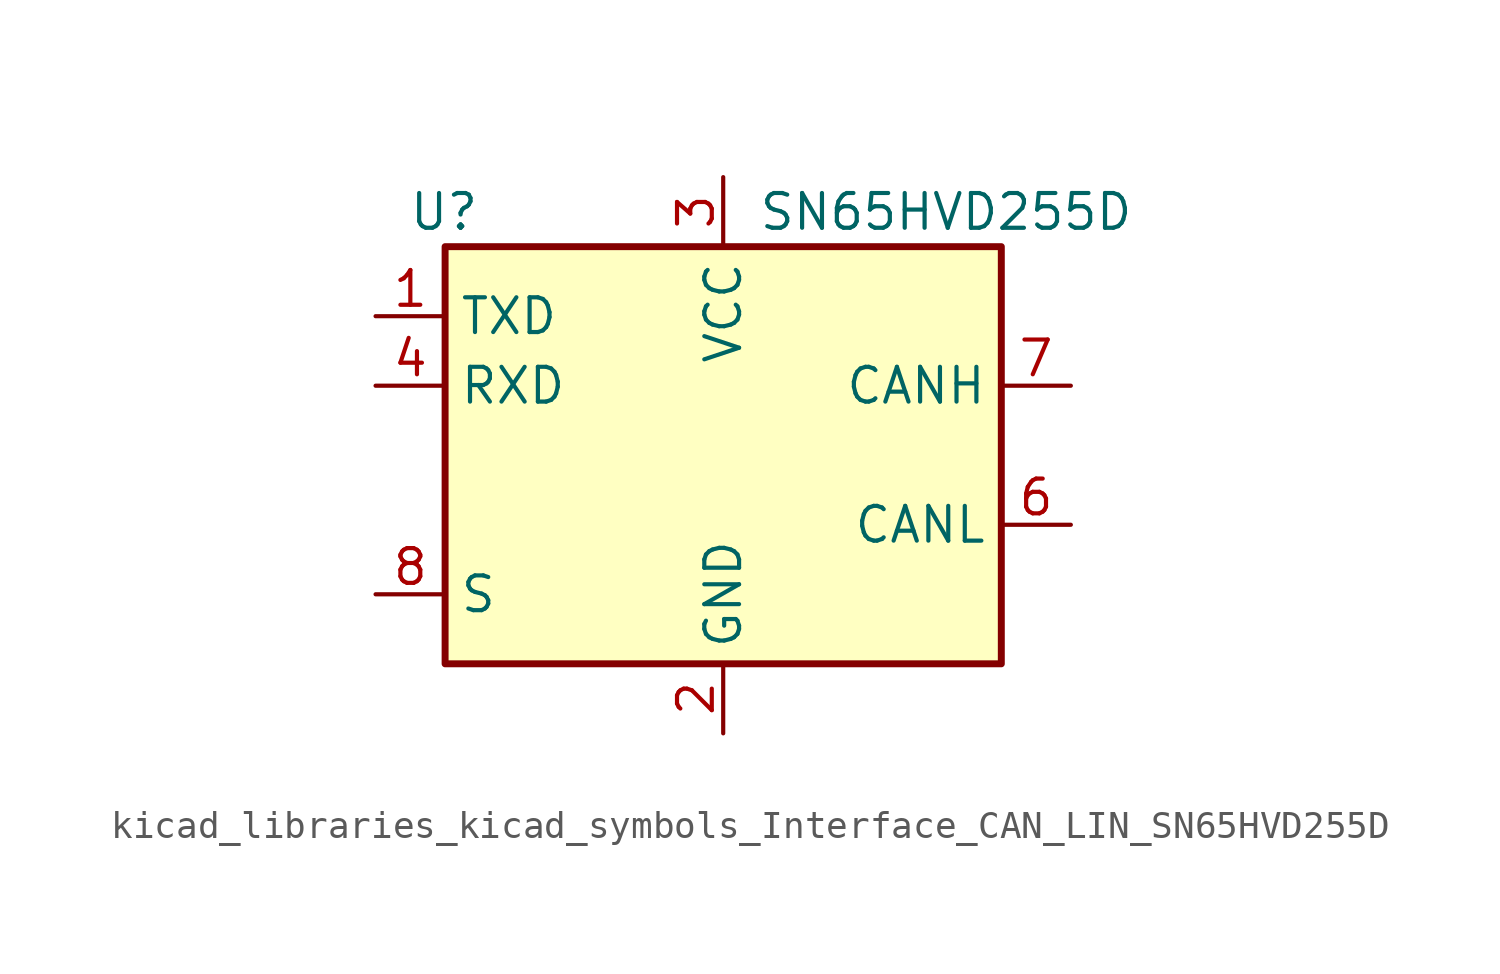
<source format=kicad_sym>
(kicad_symbol_lib
  (version 20220914)
  (generator kicad_symbol_editor)
  (symbol "kicad_libraries_kicad_symbols_Interface_CAN_LIN_SN65HVD255D"
    (property "Reference" "U"
      (at -8.89 8.89 0)
      (effects (font (size 1.27 1.27)) (justify right)))
    (property "Value" "SN65HVD255D"
      (at 1.27 8.89 0)
      (effects (font (size 1.27 1.27)) (justify left)))
    (symbol "kicad_libraries_kicad_symbols_Interface_CAN_LIN_SN65HVD255D_0_1"
      (rectangle (start -10.16 7.62) (end 10.16 -7.62) (stroke (width 0.254) (type default)) (fill (type background))))
    (symbol "kicad_libraries_kicad_symbols_Interface_CAN_LIN_SN65HVD255D_1_1"
      (pin input line (at -12.7 5.08 0) (length 2.54) (name "TXD" (effects (font (size 1.27 1.27)))) (number "1" (effects (font (size 1.27 1.27)))))
      (pin power_in line (at 0 -10.16 90) (length 2.54) (name "GND" (effects (font (size 1.27 1.27)))) (number "2" (effects (font (size 1.27 1.27)))))
      (pin power_in line (at 0 10.16 270) (length 2.54) (name "VCC" (effects (font (size 1.27 1.27)))) (number "3" (effects (font (size 1.27 1.27)))))
      (pin output line (at -12.7 2.54 0) (length 2.54) (name "RXD" (effects (font (size 1.27 1.27)))) (number "4" (effects (font (size 1.27 1.27)))))
      (pin no_connect line (at -10.16 -2.54 0) (length 2.54) hide (name "NC" (effects (font (size 1.27 1.27)))) (number "5" (effects (font (size 1.27 1.27)))))
      (pin bidirectional line (at 12.7 -2.54 180) (length 2.54) (name "CANL" (effects (font (size 1.27 1.27)))) (number "6" (effects (font (size 1.27 1.27)))))
      (pin bidirectional line (at 12.7 2.54 180) (length 2.54) (name "CANH" (effects (font (size 1.27 1.27)))) (number "7" (effects (font (size 1.27 1.27)))))
      (pin input line (at -12.7 -5.08 0) (length 2.54) (name "S" (effects (font (size 1.27 1.27)))) (number "8" (effects (font (size 1.27 1.27))))))))
</source>
